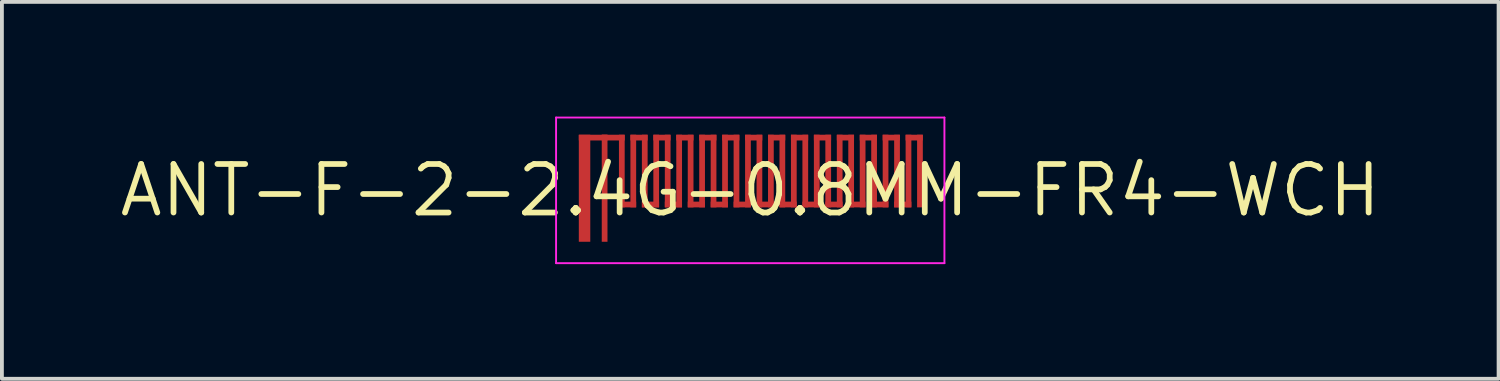
<source format=kicad_pcb>
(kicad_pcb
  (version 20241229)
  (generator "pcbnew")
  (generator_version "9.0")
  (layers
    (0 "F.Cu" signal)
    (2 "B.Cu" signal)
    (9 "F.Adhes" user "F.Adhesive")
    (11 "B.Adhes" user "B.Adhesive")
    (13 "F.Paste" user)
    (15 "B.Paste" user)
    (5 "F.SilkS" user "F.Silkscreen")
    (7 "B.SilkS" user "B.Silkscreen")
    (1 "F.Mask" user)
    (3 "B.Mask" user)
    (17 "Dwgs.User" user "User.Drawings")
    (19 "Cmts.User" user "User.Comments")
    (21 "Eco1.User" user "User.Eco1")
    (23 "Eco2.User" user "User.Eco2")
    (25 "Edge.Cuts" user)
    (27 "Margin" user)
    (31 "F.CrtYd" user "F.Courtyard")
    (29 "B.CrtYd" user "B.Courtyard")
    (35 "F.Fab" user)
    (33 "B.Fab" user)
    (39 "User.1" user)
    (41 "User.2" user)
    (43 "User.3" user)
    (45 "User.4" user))
  (footprint "ANT-F-2-2.4G-0.8MM-FR4-WCH"
    (layer "F.Cu")
    (at 16.578 1.93)
    (property "Reference" "ANT-F-2-2.4G-0.8MM-FR4-WCH" (at 0 0 0) (layer "F.SilkS") (effects (font (size 1.27 1.27) (thickness 0.15))))
    (attr exclude_from_pos_files exclude_from_bom)
    (fp_poly (pts (xy -3.885 -1.305) (xy -3.285 -1.305) (xy -3.285 -1.455) (xy -3.885 -1.455)) (stroke (width 0) (type solid)) (fill yes) (layer "F.Cu"))
    (fp_poly (pts (xy -3.735 -1.305) (xy -3.735 -1.455) (xy -4.485 -1.455) (xy -4.485 -1.305)) (stroke (width 0) (type solid)) (fill yes) (layer "F.Cu"))
    (fp_poly (pts (xy -3.435 0.445) (xy -3.285 0.445) (xy -3.285 -1.455) (xy -3.435 -1.455)) (stroke (width 0) (type solid)) (fill yes) (layer "F.Cu"))
    (fp_poly (pts (xy -3.435 0.445) (xy -2.985 0.445) (xy -2.985 0.295) (xy -3.435 0.295)) (stroke (width 0) (type solid)) (fill yes) (layer "F.Cu"))
    (fp_poly (pts (xy -3.135 0.445) (xy -2.985 0.445) (xy -2.985 -1.455) (xy -3.135 -1.455)) (stroke (width 0) (type solid)) (fill yes) (layer "F.Cu"))
    (fp_poly (pts (xy -3.135 -1.305) (xy -2.685 -1.305) (xy -2.685 -1.455) (xy -3.135 -1.455)) (stroke (width 0) (type solid)) (fill yes) (layer "F.Cu"))
    (fp_poly (pts (xy -2.835 0.445) (xy -2.685 0.445) (xy -2.685 -1.455) (xy -2.835 -1.455)) (stroke (width 0) (type solid)) (fill yes) (layer "F.Cu"))
    (fp_poly (pts (xy -2.835 0.445) (xy -2.385 0.445) (xy -2.385 0.295) (xy -2.835 0.295)) (stroke (width 0) (type solid)) (fill yes) (layer "F.Cu"))
    (fp_poly (pts (xy -2.535 -1.305) (xy -2.085 -1.305) (xy -2.085 -1.455) (xy -2.535 -1.455)) (stroke (width 0) (type solid)) (fill yes) (layer "F.Cu"))
    (fp_poly (pts (xy -2.535 0.445) (xy -2.385 0.445) (xy -2.385 -1.455) (xy -2.535 -1.455)) (stroke (width 0) (type solid)) (fill yes) (layer "F.Cu"))
    (fp_poly (pts (xy -2.235 0.445) (xy -2.085 0.445) (xy -2.085 -1.455) (xy -2.235 -1.455)) (stroke (width 0) (type solid)) (fill yes) (layer "F.Cu"))
    (fp_poly (pts (xy -2.235 0.445) (xy -1.785 0.445) (xy -1.785 0.295) (xy -2.235 0.295)) (stroke (width 0) (type solid)) (fill yes) (layer "F.Cu"))
    (fp_poly (pts (xy -1.935 0.445) (xy -1.785 0.445) (xy -1.785 -1.455) (xy -1.935 -1.455)) (stroke (width 0) (type solid)) (fill yes) (layer "F.Cu"))
    (fp_poly (pts (xy -1.935 -1.305) (xy -1.485 -1.305) (xy -1.485 -1.455) (xy -1.935 -1.455)) (stroke (width 0) (type solid)) (fill yes) (layer "F.Cu"))
    (fp_poly (pts (xy -1.635 0.445) (xy -1.485 0.445) (xy -1.485 -1.455) (xy -1.635 -1.455)) (stroke (width 0) (type solid)) (fill yes) (layer "F.Cu"))
    (fp_poly (pts (xy -1.635 0.445) (xy -1.185 0.445) (xy -1.185 0.295) (xy -1.635 0.295)) (stroke (width 0) (type solid)) (fill yes) (layer "F.Cu"))
    (fp_poly (pts (xy -1.335 0.445) (xy -1.185 0.445) (xy -1.185 -1.455) (xy -1.335 -1.455)) (stroke (width 0) (type solid)) (fill yes) (layer "F.Cu"))
    (fp_poly (pts (xy -1.335 -1.305) (xy -0.885 -1.305) (xy -0.885 -1.455) (xy -1.335 -1.455)) (stroke (width 0) (type solid)) (fill yes) (layer "F.Cu"))
    (fp_poly (pts (xy -1.035 0.445) (xy -0.885 0.445) (xy -0.885 -1.455) (xy -1.035 -1.455)) (stroke (width 0) (type solid)) (fill yes) (layer "F.Cu"))
    (fp_poly (pts (xy -1.035 0.445) (xy -0.585 0.445) (xy -0.585 0.295) (xy -1.035 0.295)) (stroke (width 0) (type solid)) (fill yes) (layer "F.Cu"))
    (fp_poly (pts (xy -0.735 0.445) (xy -0.585 0.445) (xy -0.585 -1.455) (xy -0.735 -1.455)) (stroke (width 0) (type solid)) (fill yes) (layer "F.Cu"))
    (fp_poly (pts (xy -0.735 -1.305) (xy -0.285 -1.305) (xy -0.285 -1.455) (xy -0.735 -1.455)) (stroke (width 0) (type solid)) (fill yes) (layer "F.Cu"))
    (fp_poly (pts (xy -0.435 0.445) (xy -0.285 0.445) (xy -0.285 -1.455) (xy -0.435 -1.455)) (stroke (width 0) (type solid)) (fill yes) (layer "F.Cu"))
    (fp_poly (pts (xy -0.435 0.445) (xy 0.015 0.445) (xy 0.015 0.295) (xy -0.435 0.295)) (stroke (width 0) (type solid)) (fill yes) (layer "F.Cu"))
    (fp_poly (pts (xy -0.135 0.445) (xy 0.015 0.445) (xy 0.015 -1.455) (xy -0.135 -1.455)) (stroke (width 0) (type solid)) (fill yes) (layer "F.Cu"))
    (fp_poly (pts (xy -0.135 -1.305) (xy 0.315 -1.305) (xy 0.315 -1.455) (xy -0.135 -1.455)) (stroke (width 0) (type solid)) (fill yes) (layer "F.Cu"))
    (fp_poly (pts (xy 0.165 0.445) (xy 0.315 0.445) (xy 0.315 -1.455) (xy 0.165 -1.455)) (stroke (width 0) (type solid)) (fill yes) (layer "F.Cu"))
    (fp_poly (pts (xy 0.165 0.445) (xy 0.615 0.445) (xy 0.615 0.295) (xy 0.165 0.295)) (stroke (width 0) (type solid)) (fill yes) (layer "F.Cu"))
    (fp_poly (pts (xy 0.465 0.445) (xy 0.615 0.445) (xy 0.615 -1.455) (xy 0.465 -1.455)) (stroke (width 0) (type solid)) (fill yes) (layer "F.Cu"))
    (fp_poly (pts (xy 0.465 -1.305) (xy 0.915 -1.305) (xy 0.915 -1.455) (xy 0.465 -1.455)) (stroke (width 0) (type solid)) (fill yes) (layer "F.Cu"))
    (fp_poly (pts (xy 0.765 0.445) (xy 0.915 0.445) (xy 0.915 -1.455) (xy 0.765 -1.455)) (stroke (width 0) (type solid)) (fill yes) (layer "F.Cu"))
    (fp_poly (pts (xy 0.765 0.445) (xy 1.215 0.445) (xy 1.215 0.295) (xy 0.765 0.295)) (stroke (width 0) (type solid)) (fill yes) (layer "F.Cu"))
    (fp_poly (pts (xy 1.065 0.445) (xy 1.215 0.445) (xy 1.215 -1.455) (xy 1.065 -1.455)) (stroke (width 0) (type solid)) (fill yes) (layer "F.Cu"))
    (fp_poly (pts (xy 1.065 -1.305) (xy 1.515 -1.305) (xy 1.515 -1.455) (xy 1.065 -1.455)) (stroke (width 0) (type solid)) (fill yes) (layer "F.Cu"))
    (fp_poly (pts (xy 1.365 0.445) (xy 1.515 0.445) (xy 1.515 -1.455) (xy 1.365 -1.455)) (stroke (width 0) (type solid)) (fill yes) (layer "F.Cu"))
    (fp_poly (pts (xy 1.365 0.445) (xy 1.815 0.445) (xy 1.815 0.295) (xy 1.365 0.295)) (stroke (width 0) (type solid)) (fill yes) (layer "F.Cu"))
    (fp_poly (pts (xy 1.665 0.445) (xy 1.815 0.445) (xy 1.815 -1.455) (xy 1.665 -1.455)) (stroke (width 0) (type solid)) (fill yes) (layer "F.Cu"))
    (fp_poly (pts (xy 1.665 -1.305) (xy 2.115 -1.305) (xy 2.115 -1.455) (xy 1.665 -1.455)) (stroke (width 0) (type solid)) (fill yes) (layer "F.Cu"))
    (fp_poly (pts (xy 1.965 0.445) (xy 2.115 0.445) (xy 2.115 -1.455) (xy 1.965 -1.455)) (stroke (width 0) (type solid)) (fill yes) (layer "F.Cu"))
    (fp_poly (pts (xy 1.965 0.445) (xy 2.415 0.445) (xy 2.415 0.295) (xy 1.965 0.295)) (stroke (width 0) (type solid)) (fill yes) (layer "F.Cu"))
    (fp_poly (pts (xy 2.265 0.445) (xy 2.415 0.445) (xy 2.415 -1.455) (xy 2.265 -1.455)) (stroke (width 0) (type solid)) (fill yes) (layer "F.Cu"))
    (fp_poly (pts (xy 2.265 -1.305) (xy 2.715 -1.305) (xy 2.715 -1.455) (xy 2.265 -1.455)) (stroke (width 0) (type solid)) (fill yes) (layer "F.Cu"))
    (fp_poly (pts (xy 2.565 0.445) (xy 2.715 0.445) (xy 2.715 -1.455) (xy 2.565 -1.455)) (stroke (width 0) (type solid)) (fill yes) (layer "F.Cu"))
    (fp_poly (pts (xy 2.565 0.445) (xy 3.015 0.445) (xy 3.015 0.295) (xy 2.565 0.295)) (stroke (width 0) (type solid)) (fill yes) (layer "F.Cu"))
    (fp_poly (pts (xy 2.865 0.445) (xy 3.015 0.445) (xy 3.015 -1.455) (xy 2.865 -1.455)) (stroke (width 0) (type solid)) (fill yes) (layer "F.Cu"))
    (fp_poly (pts (xy 2.865 -1.305) (xy 3.315 -1.305) (xy 3.315 -1.455) (xy 2.865 -1.455)) (stroke (width 0) (type solid)) (fill yes) (layer "F.Cu"))
    (fp_poly (pts (xy 3.165 0.445) (xy 3.315 0.445) (xy 3.315 -1.455) (xy 3.165 -1.455)) (stroke (width 0) (type solid)) (fill yes) (layer "F.Cu"))
    (fp_poly (pts (xy 3.165 0.445) (xy 3.615 0.445) (xy 3.615 0.295) (xy 3.165 0.295)) (stroke (width 0) (type solid)) (fill yes) (layer "F.Cu"))
    (fp_poly (pts (xy 3.465 0.445) (xy 3.615 0.445) (xy 3.615 -1.455) (xy 3.465 -1.455)) (stroke (width 0) (type solid)) (fill yes) (layer "F.Cu"))
    (fp_poly (pts (xy 3.465 -1.305) (xy 3.915 -1.305) (xy 3.915 -1.455) (xy 3.465 -1.455)) (stroke (width 0) (type solid)) (fill yes) (layer "F.Cu"))
    (fp_poly (pts (xy 3.765 0.445) (xy 3.915 0.445) (xy 3.915 -1.455) (xy 3.765 -1.455)) (stroke (width 0) (type solid)) (fill yes) (layer "F.Cu"))
    (fp_poly (pts (xy 3.765 0.445) (xy 4.215 0.445) (xy 4.215 0.295) (xy 3.765 0.295)) (stroke (width 0) (type solid)) (fill yes) (layer "F.Cu"))
    (fp_poly (pts (xy 4.065 0.445) (xy 4.215 0.445) (xy 4.215 -1.455) (xy 4.065 -1.455)) (stroke (width 0) (type solid)) (fill yes) (layer "F.Cu"))
    (fp_poly (pts (xy 4.065 -1.305) (xy 4.515 -1.305) (xy 4.515 -1.455) (xy 4.065 -1.455)) (stroke (width 0) (type solid)) (fill yes) (layer "F.Cu"))
    (fp_poly (pts (xy 4.365 0.445) (xy 4.515 0.445) (xy 4.515 -1.455) (xy 4.365 -1.455)) (stroke (width 0) (type solid)) (fill yes) (layer "F.Cu"))
    (fp_poly (pts (xy -4.485 1.345) (xy -4.185 1.345) (xy -4.185 -1.455) (xy -4.485 -1.455)) (stroke (width 0) (type solid)) (fill yes) (layer "F.Mask"))
    (fp_poly (pts (xy -3.885 -1.305) (xy -3.285 -1.305) (xy -3.285 -1.455) (xy -3.885 -1.455)) (stroke (width 0) (type solid)) (fill yes) (layer "F.Mask"))
    (fp_poly (pts (xy -3.885 1.345) (xy -3.735 1.345) (xy -3.735 -1.455) (xy -3.885 -1.455)) (stroke (width 0) (type solid)) (fill yes) (layer "F.Mask"))
    (fp_poly (pts (xy -3.735 -1.305) (xy -3.735 -1.455) (xy -4.485 -1.455) (xy -4.485 -1.305)) (stroke (width 0) (type solid)) (fill yes) (layer "F.Mask"))
    (fp_poly (pts (xy -3.435 0.445) (xy -3.285 0.445) (xy -3.285 -1.455) (xy -3.435 -1.455)) (stroke (width 0) (type solid)) (fill yes) (layer "F.Mask"))
    (fp_poly (pts (xy -3.435 0.445) (xy -2.985 0.445) (xy -2.985 0.295) (xy -3.435 0.295)) (stroke (width 0) (type solid)) (fill yes) (layer "F.Mask"))
    (fp_poly (pts (xy -3.135 0.445) (xy -2.985 0.445) (xy -2.985 -1.455) (xy -3.135 -1.455)) (stroke (width 0) (type solid)) (fill yes) (layer "F.Mask"))
    (fp_poly (pts (xy -3.135 -1.305) (xy -2.685 -1.305) (xy -2.685 -1.455) (xy -3.135 -1.455)) (stroke (width 0) (type solid)) (fill yes) (layer "F.Mask"))
    (fp_poly (pts (xy -2.835 0.445) (xy -2.685 0.445) (xy -2.685 -1.455) (xy -2.835 -1.455)) (stroke (width 0) (type solid)) (fill yes) (layer "F.Mask"))
    (fp_poly (pts (xy -2.835 0.445) (xy -2.385 0.445) (xy -2.385 0.295) (xy -2.835 0.295)) (stroke (width 0) (type solid)) (fill yes) (layer "F.Mask"))
    (fp_poly (pts (xy -2.535 -1.305) (xy -2.085 -1.305) (xy -2.085 -1.455) (xy -2.535 -1.455)) (stroke (width 0) (type solid)) (fill yes) (layer "F.Mask"))
    (fp_poly (pts (xy -2.535 0.445) (xy -2.385 0.445) (xy -2.385 -1.455) (xy -2.535 -1.455)) (stroke (width 0) (type solid)) (fill yes) (layer "F.Mask"))
    (fp_poly (pts (xy -2.235 0.445) (xy -2.085 0.445) (xy -2.085 -1.455) (xy -2.235 -1.455)) (stroke (width 0) (type solid)) (fill yes) (layer "F.Mask"))
    (fp_poly (pts (xy -2.235 0.445) (xy -1.785 0.445) (xy -1.785 0.295) (xy -2.235 0.295)) (stroke (width 0) (type solid)) (fill yes) (layer "F.Mask"))
    (fp_poly (pts (xy -1.935 0.445) (xy -1.785 0.445) (xy -1.785 -1.455) (xy -1.935 -1.455)) (stroke (width 0) (type solid)) (fill yes) (layer "F.Mask"))
    (fp_poly (pts (xy -1.935 -1.305) (xy -1.485 -1.305) (xy -1.485 -1.455) (xy -1.935 -1.455)) (stroke (width 0) (type solid)) (fill yes) (layer "F.Mask"))
    (fp_poly (pts (xy -1.635 0.445) (xy -1.485 0.445) (xy -1.485 -1.455) (xy -1.635 -1.455)) (stroke (width 0) (type solid)) (fill yes) (layer "F.Mask"))
    (fp_poly (pts (xy -1.635 0.445) (xy -1.185 0.445) (xy -1.185 0.295) (xy -1.635 0.295)) (stroke (width 0) (type solid)) (fill yes) (layer "F.Mask"))
    (fp_poly (pts (xy -1.335 0.445) (xy -1.185 0.445) (xy -1.185 -1.455) (xy -1.335 -1.455)) (stroke (width 0) (type solid)) (fill yes) (layer "F.Mask"))
    (fp_poly (pts (xy -1.335 -1.305) (xy -0.885 -1.305) (xy -0.885 -1.455) (xy -1.335 -1.455)) (stroke (width 0) (type solid)) (fill yes) (layer "F.Mask"))
    (fp_poly (pts (xy -1.035 0.445) (xy -0.885 0.445) (xy -0.885 -1.455) (xy -1.035 -1.455)) (stroke (width 0) (type solid)) (fill yes) (layer "F.Mask"))
    (fp_poly (pts (xy -1.035 0.445) (xy -0.585 0.445) (xy -0.585 0.295) (xy -1.035 0.295)) (stroke (width 0) (type solid)) (fill yes) (layer "F.Mask"))
    (fp_poly (pts (xy -0.735 0.445) (xy -0.585 0.445) (xy -0.585 -1.455) (xy -0.735 -1.455)) (stroke (width 0) (type solid)) (fill yes) (layer "F.Mask"))
    (fp_poly (pts (xy -0.735 -1.305) (xy -0.285 -1.305) (xy -0.285 -1.455) (xy -0.735 -1.455)) (stroke (width 0) (type solid)) (fill yes) (layer "F.Mask"))
    (fp_poly (pts (xy -0.435 0.445) (xy -0.285 0.445) (xy -0.285 -1.455) (xy -0.435 -1.455)) (stroke (width 0) (type solid)) (fill yes) (layer "F.Mask"))
    (fp_poly (pts (xy -0.435 0.445) (xy 0.015 0.445) (xy 0.015 0.295) (xy -0.435 0.295)) (stroke (width 0) (type solid)) (fill yes) (layer "F.Mask"))
    (fp_poly (pts (xy -0.135 0.445) (xy 0.015 0.445) (xy 0.015 -1.455) (xy -0.135 -1.455)) (stroke (width 0) (type solid)) (fill yes) (layer "F.Mask"))
    (fp_poly (pts (xy -0.135 -1.305) (xy 0.315 -1.305) (xy 0.315 -1.455) (xy -0.135 -1.455)) (stroke (width 0) (type solid)) (fill yes) (layer "F.Mask"))
    (fp_poly (pts (xy 0.165 0.445) (xy 0.315 0.445) (xy 0.315 -1.455) (xy 0.165 -1.455)) (stroke (width 0) (type solid)) (fill yes) (layer "F.Mask"))
    (fp_poly (pts (xy 0.165 0.445) (xy 0.615 0.445) (xy 0.615 0.295) (xy 0.165 0.295)) (stroke (width 0) (type solid)) (fill yes) (layer "F.Mask"))
    (fp_poly (pts (xy 0.465 0.445) (xy 0.615 0.445) (xy 0.615 -1.455) (xy 0.465 -1.455)) (stroke (width 0) (type solid)) (fill yes) (layer "F.Mask"))
    (fp_poly (pts (xy 0.465 -1.305) (xy 0.915 -1.305) (xy 0.915 -1.455) (xy 0.465 -1.455)) (stroke (width 0) (type solid)) (fill yes) (layer "F.Mask"))
    (fp_poly (pts (xy 0.765 0.445) (xy 0.915 0.445) (xy 0.915 -1.455) (xy 0.765 -1.455)) (stroke (width 0) (type solid)) (fill yes) (layer "F.Mask"))
    (fp_poly (pts (xy 0.765 0.445) (xy 1.215 0.445) (xy 1.215 0.295) (xy 0.765 0.295)) (stroke (width 0) (type solid)) (fill yes) (layer "F.Mask"))
    (fp_poly (pts (xy 1.065 0.445) (xy 1.215 0.445) (xy 1.215 -1.455) (xy 1.065 -1.455)) (stroke (width 0) (type solid)) (fill yes) (layer "F.Mask"))
    (fp_poly (pts (xy 1.065 -1.305) (xy 1.515 -1.305) (xy 1.515 -1.455) (xy 1.065 -1.455)) (stroke (width 0) (type solid)) (fill yes) (layer "F.Mask"))
    (fp_poly (pts (xy 1.365 0.445) (xy 1.515 0.445) (xy 1.515 -1.455) (xy 1.365 -1.455)) (stroke (width 0) (type solid)) (fill yes) (layer "F.Mask"))
    (fp_poly (pts (xy 1.365 0.445) (xy 1.815 0.445) (xy 1.815 0.295) (xy 1.365 0.295)) (stroke (width 0) (type solid)) (fill yes) (layer "F.Mask"))
    (fp_poly (pts (xy 1.665 0.445) (xy 1.815 0.445) (xy 1.815 -1.455) (xy 1.665 -1.455)) (stroke (width 0) (type solid)) (fill yes) (layer "F.Mask"))
    (fp_poly (pts (xy 1.665 -1.305) (xy 2.115 -1.305) (xy 2.115 -1.455) (xy 1.665 -1.455)) (stroke (width 0) (type solid)) (fill yes) (layer "F.Mask"))
    (fp_poly (pts (xy 1.965 0.445) (xy 2.115 0.445) (xy 2.115 -1.455) (xy 1.965 -1.455)) (stroke (width 0) (type solid)) (fill yes) (layer "F.Mask"))
    (fp_poly (pts (xy 1.965 0.445) (xy 2.415 0.445) (xy 2.415 0.295) (xy 1.965 0.295)) (stroke (width 0) (type solid)) (fill yes) (layer "F.Mask"))
    (fp_poly (pts (xy 2.265 0.445) (xy 2.415 0.445) (xy 2.415 -1.455) (xy 2.265 -1.455)) (stroke (width 0) (type solid)) (fill yes) (layer "F.Mask"))
    (fp_poly (pts (xy 2.265 -1.305) (xy 2.715 -1.305) (xy 2.715 -1.455) (xy 2.265 -1.455)) (stroke (width 0) (type solid)) (fill yes) (layer "F.Mask"))
    (fp_poly (pts (xy 2.565 0.445) (xy 2.715 0.445) (xy 2.715 -1.455) (xy 2.565 -1.455)) (stroke (width 0) (type solid)) (fill yes) (layer "F.Mask"))
    (fp_poly (pts (xy 2.565 0.445) (xy 3.015 0.445) (xy 3.015 0.295) (xy 2.565 0.295)) (stroke (width 0) (type solid)) (fill yes) (layer "F.Mask"))
    (fp_poly (pts (xy 2.865 0.445) (xy 3.015 0.445) (xy 3.015 -1.455) (xy 2.865 -1.455)) (stroke (width 0) (type solid)) (fill yes) (layer "F.Mask"))
    (fp_poly (pts (xy 2.865 -1.305) (xy 3.315 -1.305) (xy 3.315 -1.455) (xy 2.865 -1.455)) (stroke (width 0) (type solid)) (fill yes) (layer "F.Mask"))
    (fp_poly (pts (xy 3.165 0.445) (xy 3.315 0.445) (xy 3.315 -1.455) (xy 3.165 -1.455)) (stroke (width 0) (type solid)) (fill yes) (layer "F.Mask"))
    (fp_poly (pts (xy 3.165 0.445) (xy 3.615 0.445) (xy 3.615 0.295) (xy 3.165 0.295)) (stroke (width 0) (type solid)) (fill yes) (layer "F.Mask"))
    (fp_poly (pts (xy 3.465 0.445) (xy 3.615 0.445) (xy 3.615 -1.455) (xy 3.465 -1.455)) (stroke (width 0) (type solid)) (fill yes) (layer "F.Mask"))
    (fp_poly (pts (xy 3.465 -1.305) (xy 3.915 -1.305) (xy 3.915 -1.455) (xy 3.465 -1.455)) (stroke (width 0) (type solid)) (fill yes) (layer "F.Mask"))
    (fp_poly (pts (xy 3.765 0.445) (xy 3.915 0.445) (xy 3.915 -1.455) (xy 3.765 -1.455)) (stroke (width 0) (type solid)) (fill yes) (layer "F.Mask"))
    (fp_poly (pts (xy 3.765 0.445) (xy 4.215 0.445) (xy 4.215 0.295) (xy 3.765 0.295)) (stroke (width 0) (type solid)) (fill yes) (layer "F.Mask"))
    (fp_poly (pts (xy 4.065 0.445) (xy 4.215 0.445) (xy 4.215 -1.455) (xy 4.065 -1.455)) (stroke (width 0) (type solid)) (fill yes) (layer "F.Mask"))
    (fp_poly (pts (xy 4.065 -1.305) (xy 4.515 -1.305) (xy 4.515 -1.455) (xy 4.065 -1.455)) (stroke (width 0) (type solid)) (fill yes) (layer "F.Mask"))
    (fp_poly (pts (xy 4.365 0.445) (xy 4.515 0.445) (xy 4.515 -1.455) (xy 4.365 -1.455)) (stroke (width 0) (type solid)) (fill yes) (layer "F.Mask"))
    (fp_line (start -5.08 -1.905) (end -5.08 1.905) (stroke (width 0.05) (type solid)) (layer "F.CrtYd"))
    (fp_line (start -5.08 1.905) (end 5.08 1.905) (stroke (width 0.05) (type solid)) (layer "F.CrtYd"))
    (fp_line (start 5.08 -1.905) (end -5.08 -1.905) (stroke (width 0.05) (type solid)) (layer "F.CrtYd"))
    (fp_line (start 5.08 1.905) (end 5.08 -1.905) (stroke (width 0.05) (type solid)) (layer "F.CrtYd"))
    (pad "0" smd rect (at -4.335 -0.055) (size 0.3 2.8) (layers "F.Cu" "F.Mask" "F.Paste"))
    (pad "1" smd rect (at -3.81 -0.055) (size 0.15 2.8) (layers "F.Cu" "F.Mask" "F.Paste")))
  (gr_rect
    (start -3 -3)
    (end 36.156 6.86)
    (stroke (width 0.1) (type default))
    (fill no)
    (layer "Edge.Cuts")))
</source>
